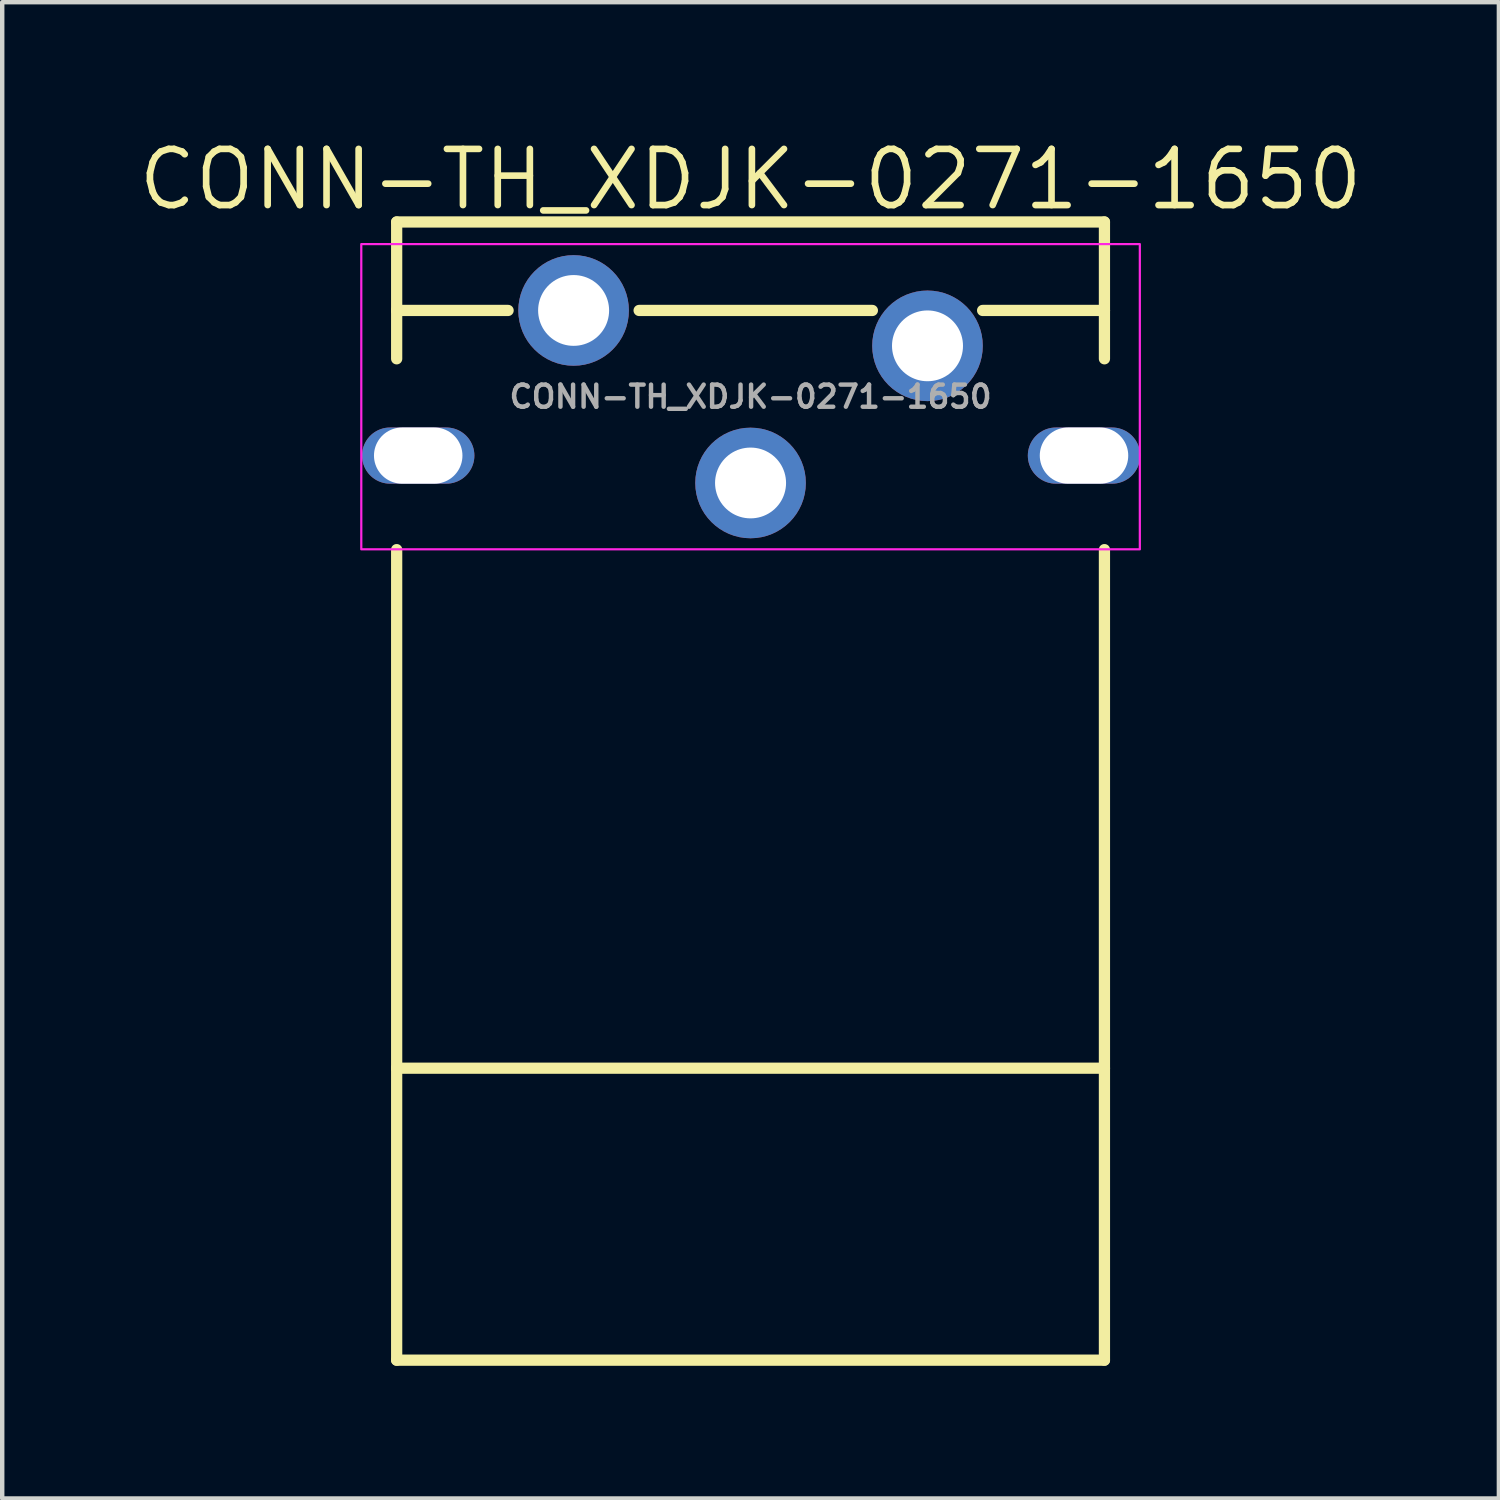
<source format=kicad_pcb>
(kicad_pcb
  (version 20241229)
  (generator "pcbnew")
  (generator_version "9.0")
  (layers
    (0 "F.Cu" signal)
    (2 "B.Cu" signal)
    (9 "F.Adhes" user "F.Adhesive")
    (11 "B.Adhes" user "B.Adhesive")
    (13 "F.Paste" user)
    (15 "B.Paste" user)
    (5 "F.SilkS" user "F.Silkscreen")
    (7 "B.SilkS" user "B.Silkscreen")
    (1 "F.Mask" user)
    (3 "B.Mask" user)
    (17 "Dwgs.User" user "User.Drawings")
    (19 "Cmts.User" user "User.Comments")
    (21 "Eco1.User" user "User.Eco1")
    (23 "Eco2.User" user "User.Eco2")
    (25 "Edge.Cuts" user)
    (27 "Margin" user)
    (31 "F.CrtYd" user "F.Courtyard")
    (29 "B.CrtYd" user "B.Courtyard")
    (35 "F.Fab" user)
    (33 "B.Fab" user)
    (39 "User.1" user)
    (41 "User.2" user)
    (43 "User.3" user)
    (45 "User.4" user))
  (footprint "CONN-TH_XDJK-0271-1650"
    (layer "F.Cu")
    (at 13.917 5.918)
    (property "Reference" "CONN-TH_XDJK-0271-1650" (at 0.0001 -4.912 0) (layer "F.SilkS") (effects (font (size 1.27 1.27) (thickness 0.15))))
    (fp_line (start -8 -3.95) (end -8 -1.95) (stroke (width 0.254) (type default)) (layer "F.SilkS"))
    (fp_line (start -8 -1.95) (end -8 -0.857) (stroke (width 0.254) (type default)) (layer "F.SilkS"))
    (fp_line (start -8 -1.95) (end -5.481 -1.95) (stroke (width 0.254) (type default)) (layer "F.SilkS"))
    (fp_line (start -8 3.457) (end -8 15.18) (stroke (width 0.254) (type default)) (layer "F.SilkS"))
    (fp_line (start -8 15.18) (end 8 15.18) (stroke (width 0.254) (type default)) (layer "F.SilkS"))
    (fp_line (start -8 21.78) (end -8 15.18) (stroke (width 0.254) (type default)) (layer "F.SilkS"))
    (fp_line (start -2.519 -1.95) (end 2.754 -1.95) (stroke (width 0.254) (type default)) (layer "F.SilkS"))
    (fp_line (start 5.246 -1.95) (end 8 -1.95) (stroke (width 0.254) (type default)) (layer "F.SilkS"))
    (fp_line (start 8 -3.95) (end -8 -3.95) (stroke (width 0.254) (type default)) (layer "F.SilkS"))
    (fp_line (start 8 -1.95) (end 8 -3.95) (stroke (width 0.254) (type default)) (layer "F.SilkS"))
    (fp_line (start 8 -0.857) (end 8 -1.95) (stroke (width 0.254) (type default)) (layer "F.SilkS"))
    (fp_line (start 8 15.18) (end 8 3.457) (stroke (width 0.254) (type default)) (layer "F.SilkS"))
    (fp_line (start 8 15.18) (end 8 21.78) (stroke (width 0.254) (type default)) (layer "F.SilkS"))
    (fp_line (start 8 21.78) (end -8 21.78) (stroke (width 0.254) (type default)) (layer "F.SilkS"))
    (fp_rect (start -8.8 -3.45) (end 8.8 3.45) (stroke (width 0.05) (type default)) (fill no) (layer "F.CrtYd"))
    (fp_poly (pts (xy -8.5 2.8) (xy -8.5 -0.2) (xy -6.5 -0.2) (xy -6.5 2.8)) (stroke (width 0.1) (type solid)) (fill no) (layer "User.1"))
    (fp_poly (pts (xy 6.5 2.8) (xy 6.5 -0.2) (xy 8.5 -0.2) (xy 8.5 2.8)) (stroke (width 0.1) (type solid)) (fill no) (layer "User.1"))
    (fp_text user "${REFERENCE}" (at 0 0 0) (layer "F.Fab") (effects (font (size 0.5 0.5) (thickness 0.1))))
    (pad "" np_thru_hole oval (at -7.513 1.331) (size 2.54 1.27) (drill oval 2 3.15) (layers "*.Cu" "B.Mask"))
    (pad "" np_thru_hole oval (at 7.538 1.331) (size 2.54 1.27) (drill oval 2 3.15) (layers "*.Cu" "B.Mask"))
    (pad "1" thru_hole oval (at -4 -1.95) (size 2.5 2.5) (drill oval 1.605 1.6) (layers "*.Cu" "*.Mask"))
    (pad "2" thru_hole oval (at 0 1.95) (size 2.5 2.5) (drill oval 1.605 1.6) (layers "*.Cu" "*.Mask"))
    (pad "3" thru_hole oval (at 4 -1.15) (size 2.5 2.5) (drill oval 1.605 1.6) (layers "*.Cu" "*.Mask"))
    (zone (net_name "") (layer "Dwgs.User") (hatch edge 0.5) (priority 100) (connect_pads yes) (min_thickness 0) (filled_areas_thickness no) (fill yes) (polygon (pts (arc (start 5.88971 21.2182) (mid 6.01671 21.0912) (end 6.14371 21.2182)) (xy 6.144 27.491) (xy 21.69 27.491) (arc (start 21.68971 21.2182) (mid 21.81671 21.0912) (end 21.94371 21.2182)) (arc (start 21.94371 27.6182) (mid 21.906513 27.708003) (end 21.81671 27.7452)) (arc (start 6.01671 27.7452) (mid 5.926907 27.708003) (end 5.88971 27.6182)))) (filled_polygon (layer "Dwgs.User") (island) (pts (arc (start 5.88971 21.2182) (mid 6.01671 21.0912) (end 6.14371 21.2182)) (xy 6.144 27.491) (xy 21.69 27.491) (arc (start 21.68971 21.2182) (mid 21.81671 21.0912) (end 21.94371 21.2182)) (arc (start 21.94371 27.6182) (mid 21.906513 27.708003) (end 21.81671 27.7452)) (arc (start 6.01671 27.7452) (mid 5.926907 27.708003) (end 5.88971 27.6182))))))
  (gr_rect
    (start -3 -3)
    (end 30.834 30.825)
    (stroke (width 0.1) (type default))
    (fill no)
    (layer "Edge.Cuts")))
</source>
